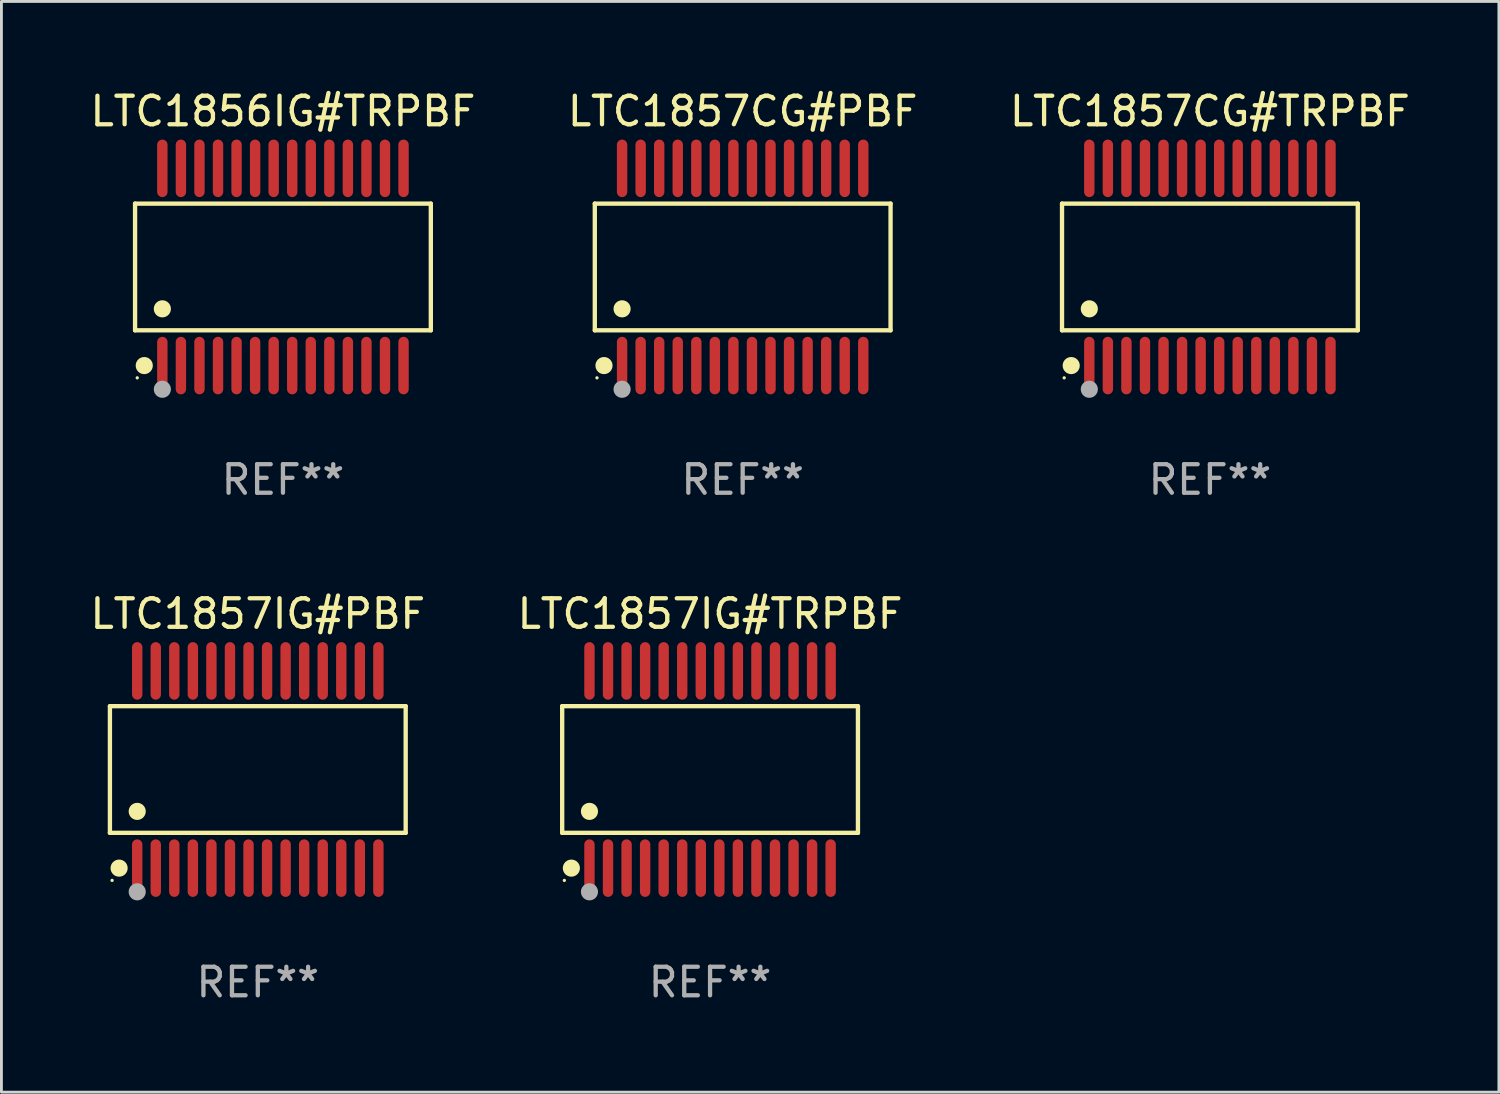
<source format=kicad_pcb>
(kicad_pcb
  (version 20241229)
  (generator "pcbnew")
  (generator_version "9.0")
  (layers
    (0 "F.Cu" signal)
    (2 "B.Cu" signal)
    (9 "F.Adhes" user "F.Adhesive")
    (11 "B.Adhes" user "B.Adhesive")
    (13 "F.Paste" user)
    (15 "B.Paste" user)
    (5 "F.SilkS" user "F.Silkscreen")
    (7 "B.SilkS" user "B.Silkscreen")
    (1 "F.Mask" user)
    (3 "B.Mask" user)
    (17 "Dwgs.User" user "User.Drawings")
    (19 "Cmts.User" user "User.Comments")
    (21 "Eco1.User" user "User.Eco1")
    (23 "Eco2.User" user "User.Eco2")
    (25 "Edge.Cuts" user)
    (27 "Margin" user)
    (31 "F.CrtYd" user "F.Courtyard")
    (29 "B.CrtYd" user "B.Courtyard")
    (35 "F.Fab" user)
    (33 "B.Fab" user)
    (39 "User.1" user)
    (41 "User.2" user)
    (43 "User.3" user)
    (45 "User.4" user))
  (footprint "LTC1857CG#PBF"
    (layer "F.Cu")
    (at 22.97 6.303)
    (property "Reference" "LTC1857CG#PBF" (at 0 -5.455 0) (layer "F.SilkS") (effects (font (size 1 1) (thickness 0.15))))
    (attr through_hole)
    (fp_line (start -5.181 -2.219) (end 5.181 -2.219) (stroke (width 0.152) (type solid)) (layer "F.SilkS"))
    (fp_line (start -5.181 2.219) (end -5.181 -2.219) (stroke (width 0.152) (type solid)) (layer "F.SilkS"))
    (fp_line (start 5.181 -2.219) (end 5.181 2.219) (stroke (width 0.152) (type solid)) (layer "F.SilkS"))
    (fp_line (start 5.181 2.219) (end -5.181 2.219) (stroke (width 0.152) (type solid)) (layer "F.SilkS"))
    (fp_circle (center -5.105 3.885) (end -5.075 3.885) (stroke (width 0.06) (type solid)) (fill no) (layer "F.SilkS"))
    (fp_circle (center -4.859 3.455) (end -4.709 3.455) (stroke (width 0.3) (type solid)) (fill no) (layer "F.SilkS"))
    (fp_circle (center -4.225 1.467) (end -4.075 1.467) (stroke (width 0.3) (type solid)) (fill no) (layer "F.SilkS"))
    (fp_circle (center -4.225 4.285) (end -4.075 4.285) (stroke (width 0.3) (type solid)) (fill no) (layer "F.Fab"))
    (fp_text user "REF**" (at 0 7.455 0) (layer "F.Fab") (effects (font (size 1 1) (thickness 0.15))))
    (pad "1" smd oval (at -4.225 3.455) (size 0.364 2.015) (layers "F.Cu" "F.Mask" "F.Paste"))
    (pad "2" smd oval (at -3.575 3.455) (size 0.364 2.015) (layers "F.Cu" "F.Mask" "F.Paste"))
    (pad "3" smd oval (at -2.925 3.455) (size 0.364 2.015) (layers "F.Cu" "F.Mask" "F.Paste"))
    (pad "4" smd oval (at -2.275 3.455) (size 0.364 2.015) (layers "F.Cu" "F.Mask" "F.Paste"))
    (pad "5" smd oval (at -1.625 3.455) (size 0.364 2.015) (layers "F.Cu" "F.Mask" "F.Paste"))
    (pad "6" smd oval (at -0.975 3.455) (size 0.364 2.015) (layers "F.Cu" "F.Mask" "F.Paste"))
    (pad "7" smd oval (at -0.325 3.455) (size 0.364 2.015) (layers "F.Cu" "F.Mask" "F.Paste"))
    (pad "8" smd oval (at 0.325 3.455) (size 0.364 2.015) (layers "F.Cu" "F.Mask" "F.Paste"))
    (pad "9" smd oval (at 0.975 3.455) (size 0.364 2.015) (layers "F.Cu" "F.Mask" "F.Paste"))
    (pad "10" smd oval (at 1.625 3.455) (size 0.364 2.015) (layers "F.Cu" "F.Mask" "F.Paste"))
    (pad "11" smd oval (at 2.275 3.455) (size 0.364 2.015) (layers "F.Cu" "F.Mask" "F.Paste"))
    (pad "12" smd oval (at 2.925 3.455) (size 0.364 2.015) (layers "F.Cu" "F.Mask" "F.Paste"))
    (pad "13" smd oval (at 3.575 3.455) (size 0.364 2.015) (layers "F.Cu" "F.Mask" "F.Paste"))
    (pad "14" smd oval (at 4.225 3.455) (size 0.364 2.015) (layers "F.Cu" "F.Mask" "F.Paste"))
    (pad "15" smd oval (at 4.225 -3.455) (size 0.364 2.015) (layers "F.Cu" "F.Mask" "F.Paste"))
    (pad "16" smd oval (at 3.575 -3.455) (size 0.364 2.015) (layers "F.Cu" "F.Mask" "F.Paste"))
    (pad "17" smd oval (at 2.925 -3.455) (size 0.364 2.015) (layers "F.Cu" "F.Mask" "F.Paste"))
    (pad "18" smd oval (at 2.275 -3.455) (size 0.364 2.015) (layers "F.Cu" "F.Mask" "F.Paste"))
    (pad "19" smd oval (at 1.625 -3.455) (size 0.364 2.015) (layers "F.Cu" "F.Mask" "F.Paste"))
    (pad "20" smd oval (at 0.975 -3.455) (size 0.364 2.015) (layers "F.Cu" "F.Mask" "F.Paste"))
    (pad "21" smd oval (at 0.325 -3.455) (size 0.364 2.015) (layers "F.Cu" "F.Mask" "F.Paste"))
    (pad "22" smd oval (at -0.325 -3.455) (size 0.364 2.015) (layers "F.Cu" "F.Mask" "F.Paste"))
    (pad "23" smd oval (at -0.975 -3.455) (size 0.364 2.015) (layers "F.Cu" "F.Mask" "F.Paste"))
    (pad "24" smd oval (at -1.625 -3.455) (size 0.364 2.015) (layers "F.Cu" "F.Mask" "F.Paste"))
    (pad "25" smd oval (at -2.275 -3.455) (size 0.364 2.015) (layers "F.Cu" "F.Mask" "F.Paste"))
    (pad "26" smd oval (at -2.925 -3.455) (size 0.364 2.015) (layers "F.Cu" "F.Mask" "F.Paste"))
    (pad "27" smd oval (at -3.575 -3.455) (size 0.364 2.015) (layers "F.Cu" "F.Mask" "F.Paste"))
    (pad "28" smd oval (at -4.225 -3.455) (size 0.364 2.015) (layers "F.Cu" "F.Mask" "F.Paste")))
  (footprint "LTC1857IG#TRPBF"
    (layer "F.Cu")
    (at 21.827 23.91)
    (property "Reference" "LTC1857IG#TRPBF" (at 0 -5.455 0) (layer "F.SilkS") (effects (font (size 1 1) (thickness 0.15))))
    (attr through_hole)
    (fp_line (start -5.181 -2.219) (end 5.181 -2.219) (stroke (width 0.152) (type solid)) (layer "F.SilkS"))
    (fp_line (start -5.181 2.219) (end -5.181 -2.219) (stroke (width 0.152) (type solid)) (layer "F.SilkS"))
    (fp_line (start 5.181 -2.219) (end 5.181 2.219) (stroke (width 0.152) (type solid)) (layer "F.SilkS"))
    (fp_line (start 5.181 2.219) (end -5.181 2.219) (stroke (width 0.152) (type solid)) (layer "F.SilkS"))
    (fp_circle (center -5.105 3.885) (end -5.075 3.885) (stroke (width 0.06) (type solid)) (fill no) (layer "F.SilkS"))
    (fp_circle (center -4.859 3.455) (end -4.709 3.455) (stroke (width 0.3) (type solid)) (fill no) (layer "F.SilkS"))
    (fp_circle (center -4.225 1.467) (end -4.075 1.467) (stroke (width 0.3) (type solid)) (fill no) (layer "F.SilkS"))
    (fp_circle (center -4.225 4.285) (end -4.075 4.285) (stroke (width 0.3) (type solid)) (fill no) (layer "F.Fab"))
    (fp_text user "REF**" (at 0 7.455 0) (layer "F.Fab") (effects (font (size 1 1) (thickness 0.15))))
    (pad "1" smd oval (at -4.225 3.455) (size 0.364 2.015) (layers "F.Cu" "F.Mask" "F.Paste"))
    (pad "2" smd oval (at -3.575 3.455) (size 0.364 2.015) (layers "F.Cu" "F.Mask" "F.Paste"))
    (pad "3" smd oval (at -2.925 3.455) (size 0.364 2.015) (layers "F.Cu" "F.Mask" "F.Paste"))
    (pad "4" smd oval (at -2.275 3.455) (size 0.364 2.015) (layers "F.Cu" "F.Mask" "F.Paste"))
    (pad "5" smd oval (at -1.625 3.455) (size 0.364 2.015) (layers "F.Cu" "F.Mask" "F.Paste"))
    (pad "6" smd oval (at -0.975 3.455) (size 0.364 2.015) (layers "F.Cu" "F.Mask" "F.Paste"))
    (pad "7" smd oval (at -0.325 3.455) (size 0.364 2.015) (layers "F.Cu" "F.Mask" "F.Paste"))
    (pad "8" smd oval (at 0.325 3.455) (size 0.364 2.015) (layers "F.Cu" "F.Mask" "F.Paste"))
    (pad "9" smd oval (at 0.975 3.455) (size 0.364 2.015) (layers "F.Cu" "F.Mask" "F.Paste"))
    (pad "10" smd oval (at 1.625 3.455) (size 0.364 2.015) (layers "F.Cu" "F.Mask" "F.Paste"))
    (pad "11" smd oval (at 2.275 3.455) (size 0.364 2.015) (layers "F.Cu" "F.Mask" "F.Paste"))
    (pad "12" smd oval (at 2.925 3.455) (size 0.364 2.015) (layers "F.Cu" "F.Mask" "F.Paste"))
    (pad "13" smd oval (at 3.575 3.455) (size 0.364 2.015) (layers "F.Cu" "F.Mask" "F.Paste"))
    (pad "14" smd oval (at 4.225 3.455) (size 0.364 2.015) (layers "F.Cu" "F.Mask" "F.Paste"))
    (pad "15" smd oval (at 4.225 -3.455) (size 0.364 2.015) (layers "F.Cu" "F.Mask" "F.Paste"))
    (pad "16" smd oval (at 3.575 -3.455) (size 0.364 2.015) (layers "F.Cu" "F.Mask" "F.Paste"))
    (pad "17" smd oval (at 2.925 -3.455) (size 0.364 2.015) (layers "F.Cu" "F.Mask" "F.Paste"))
    (pad "18" smd oval (at 2.275 -3.455) (size 0.364 2.015) (layers "F.Cu" "F.Mask" "F.Paste"))
    (pad "19" smd oval (at 1.625 -3.455) (size 0.364 2.015) (layers "F.Cu" "F.Mask" "F.Paste"))
    (pad "20" smd oval (at 0.975 -3.455) (size 0.364 2.015) (layers "F.Cu" "F.Mask" "F.Paste"))
    (pad "21" smd oval (at 0.325 -3.455) (size 0.364 2.015) (layers "F.Cu" "F.Mask" "F.Paste"))
    (pad "22" smd oval (at -0.325 -3.455) (size 0.364 2.015) (layers "F.Cu" "F.Mask" "F.Paste"))
    (pad "23" smd oval (at -0.975 -3.455) (size 0.364 2.015) (layers "F.Cu" "F.Mask" "F.Paste"))
    (pad "24" smd oval (at -1.625 -3.455) (size 0.364 2.015) (layers "F.Cu" "F.Mask" "F.Paste"))
    (pad "25" smd oval (at -2.275 -3.455) (size 0.364 2.015) (layers "F.Cu" "F.Mask" "F.Paste"))
    (pad "26" smd oval (at -2.925 -3.455) (size 0.364 2.015) (layers "F.Cu" "F.Mask" "F.Paste"))
    (pad "27" smd oval (at -3.575 -3.455) (size 0.364 2.015) (layers "F.Cu" "F.Mask" "F.Paste"))
    (pad "28" smd oval (at -4.225 -3.455) (size 0.364 2.015) (layers "F.Cu" "F.Mask" "F.Paste")))
  (footprint "LTC1857IG#PBF"
    (layer "F.Cu")
    (at 5.982 23.91)
    (property "Reference" "LTC1857IG#PBF" (at 0 -5.455 0) (layer "F.SilkS") (effects (font (size 1 1) (thickness 0.15))))
    (attr through_hole)
    (fp_line (start -5.181 -2.219) (end 5.181 -2.219) (stroke (width 0.152) (type solid)) (layer "F.SilkS"))
    (fp_line (start -5.181 2.219) (end -5.181 -2.219) (stroke (width 0.152) (type solid)) (layer "F.SilkS"))
    (fp_line (start 5.181 -2.219) (end 5.181 2.219) (stroke (width 0.152) (type solid)) (layer "F.SilkS"))
    (fp_line (start 5.181 2.219) (end -5.181 2.219) (stroke (width 0.152) (type solid)) (layer "F.SilkS"))
    (fp_circle (center -5.105 3.885) (end -5.075 3.885) (stroke (width 0.06) (type solid)) (fill no) (layer "F.SilkS"))
    (fp_circle (center -4.859 3.455) (end -4.709 3.455) (stroke (width 0.3) (type solid)) (fill no) (layer "F.SilkS"))
    (fp_circle (center -4.225 1.467) (end -4.075 1.467) (stroke (width 0.3) (type solid)) (fill no) (layer "F.SilkS"))
    (fp_circle (center -4.225 4.285) (end -4.075 4.285) (stroke (width 0.3) (type solid)) (fill no) (layer "F.Fab"))
    (fp_text user "REF**" (at 0 7.455 0) (layer "F.Fab") (effects (font (size 1 1) (thickness 0.15))))
    (pad "1" smd oval (at -4.225 3.455) (size 0.364 2.015) (layers "F.Cu" "F.Mask" "F.Paste"))
    (pad "2" smd oval (at -3.575 3.455) (size 0.364 2.015) (layers "F.Cu" "F.Mask" "F.Paste"))
    (pad "3" smd oval (at -2.925 3.455) (size 0.364 2.015) (layers "F.Cu" "F.Mask" "F.Paste"))
    (pad "4" smd oval (at -2.275 3.455) (size 0.364 2.015) (layers "F.Cu" "F.Mask" "F.Paste"))
    (pad "5" smd oval (at -1.625 3.455) (size 0.364 2.015) (layers "F.Cu" "F.Mask" "F.Paste"))
    (pad "6" smd oval (at -0.975 3.455) (size 0.364 2.015) (layers "F.Cu" "F.Mask" "F.Paste"))
    (pad "7" smd oval (at -0.325 3.455) (size 0.364 2.015) (layers "F.Cu" "F.Mask" "F.Paste"))
    (pad "8" smd oval (at 0.325 3.455) (size 0.364 2.015) (layers "F.Cu" "F.Mask" "F.Paste"))
    (pad "9" smd oval (at 0.975 3.455) (size 0.364 2.015) (layers "F.Cu" "F.Mask" "F.Paste"))
    (pad "10" smd oval (at 1.625 3.455) (size 0.364 2.015) (layers "F.Cu" "F.Mask" "F.Paste"))
    (pad "11" smd oval (at 2.275 3.455) (size 0.364 2.015) (layers "F.Cu" "F.Mask" "F.Paste"))
    (pad "12" smd oval (at 2.925 3.455) (size 0.364 2.015) (layers "F.Cu" "F.Mask" "F.Paste"))
    (pad "13" smd oval (at 3.575 3.455) (size 0.364 2.015) (layers "F.Cu" "F.Mask" "F.Paste"))
    (pad "14" smd oval (at 4.225 3.455) (size 0.364 2.015) (layers "F.Cu" "F.Mask" "F.Paste"))
    (pad "15" smd oval (at 4.225 -3.455) (size 0.364 2.015) (layers "F.Cu" "F.Mask" "F.Paste"))
    (pad "16" smd oval (at 3.575 -3.455) (size 0.364 2.015) (layers "F.Cu" "F.Mask" "F.Paste"))
    (pad "17" smd oval (at 2.925 -3.455) (size 0.364 2.015) (layers "F.Cu" "F.Mask" "F.Paste"))
    (pad "18" smd oval (at 2.275 -3.455) (size 0.364 2.015) (layers "F.Cu" "F.Mask" "F.Paste"))
    (pad "19" smd oval (at 1.625 -3.455) (size 0.364 2.015) (layers "F.Cu" "F.Mask" "F.Paste"))
    (pad "20" smd oval (at 0.975 -3.455) (size 0.364 2.015) (layers "F.Cu" "F.Mask" "F.Paste"))
    (pad "21" smd oval (at 0.325 -3.455) (size 0.364 2.015) (layers "F.Cu" "F.Mask" "F.Paste"))
    (pad "22" smd oval (at -0.325 -3.455) (size 0.364 2.015) (layers "F.Cu" "F.Mask" "F.Paste"))
    (pad "23" smd oval (at -0.975 -3.455) (size 0.364 2.015) (layers "F.Cu" "F.Mask" "F.Paste"))
    (pad "24" smd oval (at -1.625 -3.455) (size 0.364 2.015) (layers "F.Cu" "F.Mask" "F.Paste"))
    (pad "25" smd oval (at -2.275 -3.455) (size 0.364 2.015) (layers "F.Cu" "F.Mask" "F.Paste"))
    (pad "26" smd oval (at -2.925 -3.455) (size 0.364 2.015) (layers "F.Cu" "F.Mask" "F.Paste"))
    (pad "27" smd oval (at -3.575 -3.455) (size 0.364 2.015) (layers "F.Cu" "F.Mask" "F.Paste"))
    (pad "28" smd oval (at -4.225 -3.455) (size 0.364 2.015) (layers "F.Cu" "F.Mask" "F.Paste")))
  (footprint "LTC1857CG#TRPBF"
    (layer "F.Cu")
    (at 39.339 6.303)
    (property "Reference" "LTC1857CG#TRPBF" (at 0 -5.455 0) (layer "F.SilkS") (effects (font (size 1 1) (thickness 0.15))))
    (attr through_hole)
    (fp_line (start -5.181 -2.219) (end 5.181 -2.219) (stroke (width 0.152) (type solid)) (layer "F.SilkS"))
    (fp_line (start -5.181 2.219) (end -5.181 -2.219) (stroke (width 0.152) (type solid)) (layer "F.SilkS"))
    (fp_line (start 5.181 -2.219) (end 5.181 2.219) (stroke (width 0.152) (type solid)) (layer "F.SilkS"))
    (fp_line (start 5.181 2.219) (end -5.181 2.219) (stroke (width 0.152) (type solid)) (layer "F.SilkS"))
    (fp_circle (center -5.105 3.885) (end -5.075 3.885) (stroke (width 0.06) (type solid)) (fill no) (layer "F.SilkS"))
    (fp_circle (center -4.859 3.455) (end -4.709 3.455) (stroke (width 0.3) (type solid)) (fill no) (layer "F.SilkS"))
    (fp_circle (center -4.225 1.467) (end -4.075 1.467) (stroke (width 0.3) (type solid)) (fill no) (layer "F.SilkS"))
    (fp_circle (center -4.225 4.285) (end -4.075 4.285) (stroke (width 0.3) (type solid)) (fill no) (layer "F.Fab"))
    (fp_text user "REF**" (at 0 7.455 0) (layer "F.Fab") (effects (font (size 1 1) (thickness 0.15))))
    (pad "1" smd oval (at -4.225 3.455) (size 0.364 2.015) (layers "F.Cu" "F.Mask" "F.Paste"))
    (pad "2" smd oval (at -3.575 3.455) (size 0.364 2.015) (layers "F.Cu" "F.Mask" "F.Paste"))
    (pad "3" smd oval (at -2.925 3.455) (size 0.364 2.015) (layers "F.Cu" "F.Mask" "F.Paste"))
    (pad "4" smd oval (at -2.275 3.455) (size 0.364 2.015) (layers "F.Cu" "F.Mask" "F.Paste"))
    (pad "5" smd oval (at -1.625 3.455) (size 0.364 2.015) (layers "F.Cu" "F.Mask" "F.Paste"))
    (pad "6" smd oval (at -0.975 3.455) (size 0.364 2.015) (layers "F.Cu" "F.Mask" "F.Paste"))
    (pad "7" smd oval (at -0.325 3.455) (size 0.364 2.015) (layers "F.Cu" "F.Mask" "F.Paste"))
    (pad "8" smd oval (at 0.325 3.455) (size 0.364 2.015) (layers "F.Cu" "F.Mask" "F.Paste"))
    (pad "9" smd oval (at 0.975 3.455) (size 0.364 2.015) (layers "F.Cu" "F.Mask" "F.Paste"))
    (pad "10" smd oval (at 1.625 3.455) (size 0.364 2.015) (layers "F.Cu" "F.Mask" "F.Paste"))
    (pad "11" smd oval (at 2.275 3.455) (size 0.364 2.015) (layers "F.Cu" "F.Mask" "F.Paste"))
    (pad "12" smd oval (at 2.925 3.455) (size 0.364 2.015) (layers "F.Cu" "F.Mask" "F.Paste"))
    (pad "13" smd oval (at 3.575 3.455) (size 0.364 2.015) (layers "F.Cu" "F.Mask" "F.Paste"))
    (pad "14" smd oval (at 4.225 3.455) (size 0.364 2.015) (layers "F.Cu" "F.Mask" "F.Paste"))
    (pad "15" smd oval (at 4.225 -3.455) (size 0.364 2.015) (layers "F.Cu" "F.Mask" "F.Paste"))
    (pad "16" smd oval (at 3.575 -3.455) (size 0.364 2.015) (layers "F.Cu" "F.Mask" "F.Paste"))
    (pad "17" smd oval (at 2.925 -3.455) (size 0.364 2.015) (layers "F.Cu" "F.Mask" "F.Paste"))
    (pad "18" smd oval (at 2.275 -3.455) (size 0.364 2.015) (layers "F.Cu" "F.Mask" "F.Paste"))
    (pad "19" smd oval (at 1.625 -3.455) (size 0.364 2.015) (layers "F.Cu" "F.Mask" "F.Paste"))
    (pad "20" smd oval (at 0.975 -3.455) (size 0.364 2.015) (layers "F.Cu" "F.Mask" "F.Paste"))
    (pad "21" smd oval (at 0.325 -3.455) (size 0.364 2.015) (layers "F.Cu" "F.Mask" "F.Paste"))
    (pad "22" smd oval (at -0.325 -3.455) (size 0.364 2.015) (layers "F.Cu" "F.Mask" "F.Paste"))
    (pad "23" smd oval (at -0.975 -3.455) (size 0.364 2.015) (layers "F.Cu" "F.Mask" "F.Paste"))
    (pad "24" smd oval (at -1.625 -3.455) (size 0.364 2.015) (layers "F.Cu" "F.Mask" "F.Paste"))
    (pad "25" smd oval (at -2.275 -3.455) (size 0.364 2.015) (layers "F.Cu" "F.Mask" "F.Paste"))
    (pad "26" smd oval (at -2.925 -3.455) (size 0.364 2.015) (layers "F.Cu" "F.Mask" "F.Paste"))
    (pad "27" smd oval (at -3.575 -3.455) (size 0.364 2.015) (layers "F.Cu" "F.Mask" "F.Paste"))
    (pad "28" smd oval (at -4.225 -3.455) (size 0.364 2.015) (layers "F.Cu" "F.Mask" "F.Paste")))
  (footprint "LTC1856IG#TRPBF"
    (layer "F.Cu")
    (at 6.863 6.303)
    (property "Reference" "LTC1856IG#TRPBF" (at 0 -5.455 0) (layer "F.SilkS") (effects (font (size 1 1) (thickness 0.15))))
    (attr through_hole)
    (fp_line (start -5.181 -2.219) (end 5.181 -2.219) (stroke (width 0.152) (type solid)) (layer "F.SilkS"))
    (fp_line (start -5.181 2.219) (end -5.181 -2.219) (stroke (width 0.152) (type solid)) (layer "F.SilkS"))
    (fp_line (start 5.181 -2.219) (end 5.181 2.219) (stroke (width 0.152) (type solid)) (layer "F.SilkS"))
    (fp_line (start 5.181 2.219) (end -5.181 2.219) (stroke (width 0.152) (type solid)) (layer "F.SilkS"))
    (fp_circle (center -5.105 3.885) (end -5.075 3.885) (stroke (width 0.06) (type solid)) (fill no) (layer "F.SilkS"))
    (fp_circle (center -4.859 3.455) (end -4.709 3.455) (stroke (width 0.3) (type solid)) (fill no) (layer "F.SilkS"))
    (fp_circle (center -4.225 1.467) (end -4.075 1.467) (stroke (width 0.3) (type solid)) (fill no) (layer "F.SilkS"))
    (fp_circle (center -4.225 4.285) (end -4.075 4.285) (stroke (width 0.3) (type solid)) (fill no) (layer "F.Fab"))
    (fp_text user "REF**" (at 0 7.455 0) (layer "F.Fab") (effects (font (size 1 1) (thickness 0.15))))
    (pad "1" smd oval (at -4.225 3.455) (size 0.364 2.015) (layers "F.Cu" "F.Mask" "F.Paste"))
    (pad "2" smd oval (at -3.575 3.455) (size 0.364 2.015) (layers "F.Cu" "F.Mask" "F.Paste"))
    (pad "3" smd oval (at -2.925 3.455) (size 0.364 2.015) (layers "F.Cu" "F.Mask" "F.Paste"))
    (pad "4" smd oval (at -2.275 3.455) (size 0.364 2.015) (layers "F.Cu" "F.Mask" "F.Paste"))
    (pad "5" smd oval (at -1.625 3.455) (size 0.364 2.015) (layers "F.Cu" "F.Mask" "F.Paste"))
    (pad "6" smd oval (at -0.975 3.455) (size 0.364 2.015) (layers "F.Cu" "F.Mask" "F.Paste"))
    (pad "7" smd oval (at -0.325 3.455) (size 0.364 2.015) (layers "F.Cu" "F.Mask" "F.Paste"))
    (pad "8" smd oval (at 0.325 3.455) (size 0.364 2.015) (layers "F.Cu" "F.Mask" "F.Paste"))
    (pad "9" smd oval (at 0.975 3.455) (size 0.364 2.015) (layers "F.Cu" "F.Mask" "F.Paste"))
    (pad "10" smd oval (at 1.625 3.455) (size 0.364 2.015) (layers "F.Cu" "F.Mask" "F.Paste"))
    (pad "11" smd oval (at 2.275 3.455) (size 0.364 2.015) (layers "F.Cu" "F.Mask" "F.Paste"))
    (pad "12" smd oval (at 2.925 3.455) (size 0.364 2.015) (layers "F.Cu" "F.Mask" "F.Paste"))
    (pad "13" smd oval (at 3.575 3.455) (size 0.364 2.015) (layers "F.Cu" "F.Mask" "F.Paste"))
    (pad "14" smd oval (at 4.225 3.455) (size 0.364 2.015) (layers "F.Cu" "F.Mask" "F.Paste"))
    (pad "15" smd oval (at 4.225 -3.455) (size 0.364 2.015) (layers "F.Cu" "F.Mask" "F.Paste"))
    (pad "16" smd oval (at 3.575 -3.455) (size 0.364 2.015) (layers "F.Cu" "F.Mask" "F.Paste"))
    (pad "17" smd oval (at 2.925 -3.455) (size 0.364 2.015) (layers "F.Cu" "F.Mask" "F.Paste"))
    (pad "18" smd oval (at 2.275 -3.455) (size 0.364 2.015) (layers "F.Cu" "F.Mask" "F.Paste"))
    (pad "19" smd oval (at 1.625 -3.455) (size 0.364 2.015) (layers "F.Cu" "F.Mask" "F.Paste"))
    (pad "20" smd oval (at 0.975 -3.455) (size 0.364 2.015) (layers "F.Cu" "F.Mask" "F.Paste"))
    (pad "21" smd oval (at 0.325 -3.455) (size 0.364 2.015) (layers "F.Cu" "F.Mask" "F.Paste"))
    (pad "22" smd oval (at -0.325 -3.455) (size 0.364 2.015) (layers "F.Cu" "F.Mask" "F.Paste"))
    (pad "23" smd oval (at -0.975 -3.455) (size 0.364 2.015) (layers "F.Cu" "F.Mask" "F.Paste"))
    (pad "24" smd oval (at -1.625 -3.455) (size 0.364 2.015) (layers "F.Cu" "F.Mask" "F.Paste"))
    (pad "25" smd oval (at -2.275 -3.455) (size 0.364 2.015) (layers "F.Cu" "F.Mask" "F.Paste"))
    (pad "26" smd oval (at -2.925 -3.455) (size 0.364 2.015) (layers "F.Cu" "F.Mask" "F.Paste"))
    (pad "27" smd oval (at -3.575 -3.455) (size 0.364 2.015) (layers "F.Cu" "F.Mask" "F.Paste"))
    (pad "28" smd oval (at -4.225 -3.455) (size 0.364 2.015) (layers "F.Cu" "F.Mask" "F.Paste")))
  (gr_rect
    (start -3 -3)
    (end 49.464 35.214)
    (stroke (width 0.1) (type default))
    (fill no)
    (layer "Edge.Cuts")))
</source>
